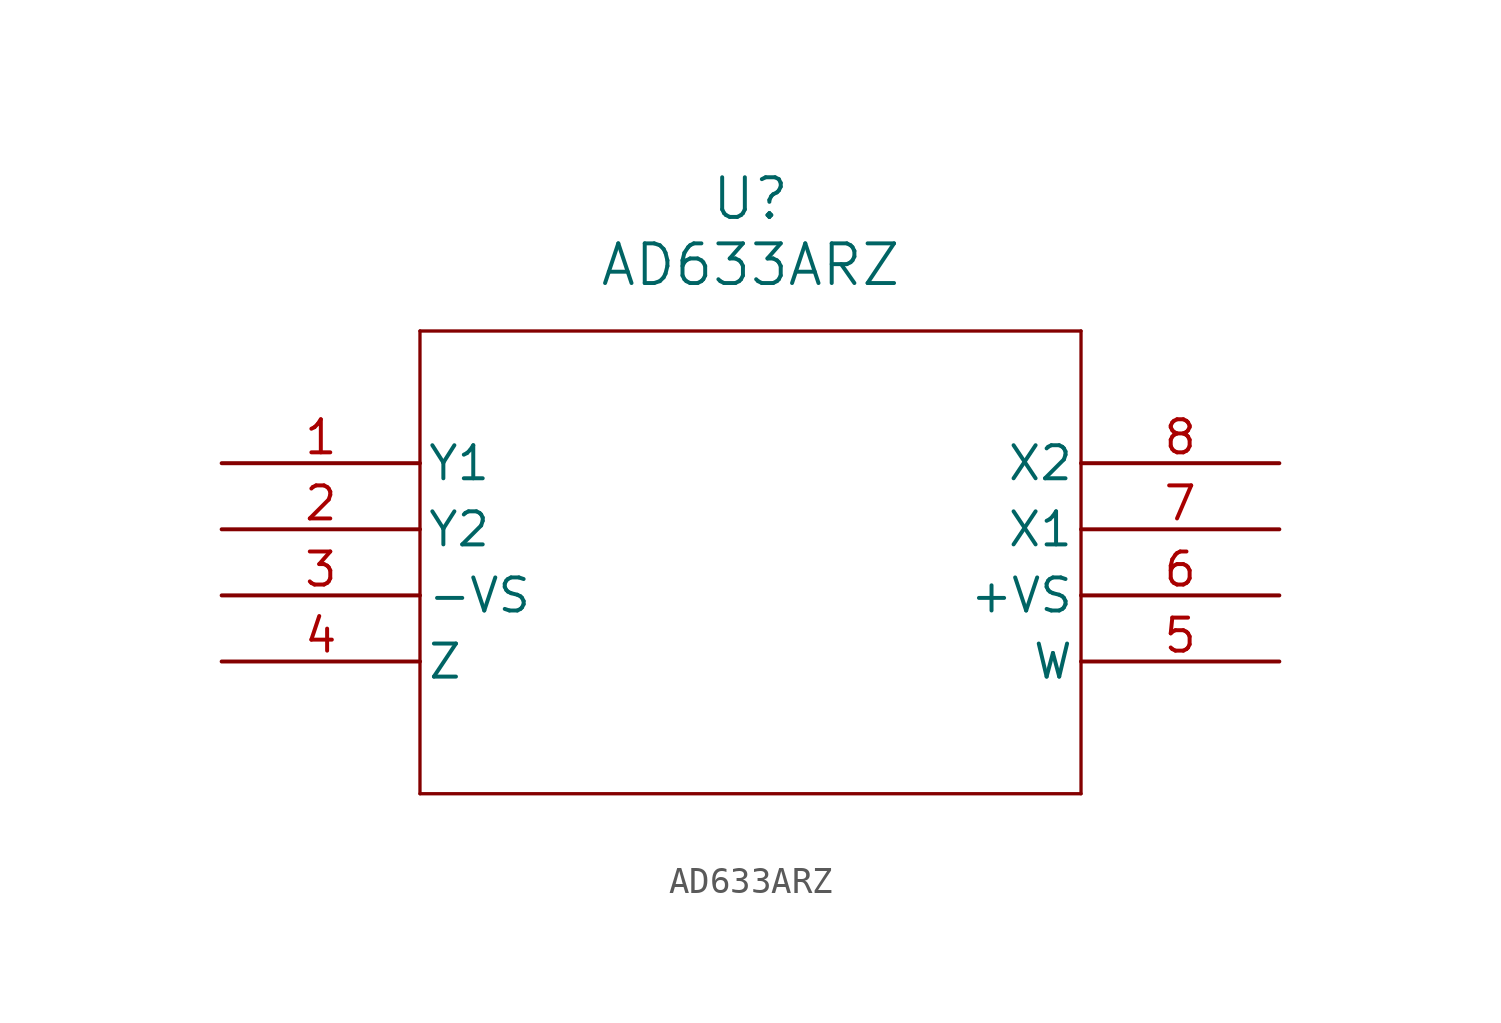
<source format=kicad_sym>
(kicad_symbol_lib
  (version 20220914)
  (generator kicad_symbol_editor)
  (symbol "AD633ARZ"
    (pin_names
      (offset 0.254))
    (property "Reference" "U"
      (at 20.32 10.16 0)
      (effects (font (size 1.524 1.524))))
    (property "Value" "AD633ARZ"
      (at 20.32 7.62 0)
      (effects (font (size 1.524 1.524))))
    (property "ki_locked" ""
      (at 0 0 0)
      (effects (font (size 1.27 1.27))))
    (symbol "AD633ARZ_0_1"
      (polyline (pts (xy 7.62 -12.7) (xy 33.02 -12.7)) (stroke (width 0.127) (type default)) (fill (type none)))
      (polyline (pts (xy 7.62 5.08) (xy 7.62 -12.7)) (stroke (width 0.127) (type default)) (fill (type none)))
      (polyline (pts (xy 33.02 -12.7) (xy 33.02 5.08)) (stroke (width 0.127) (type default)) (fill (type none)))
      (polyline (pts (xy 33.02 5.08) (xy 7.62 5.08)) (stroke (width 0.127) (type default)) (fill (type none)))
      (pin power_in line (at 0 -5.08 0) (length 7.62) (name "-VS" (effects (font (size 1.27 1.27)))) (number "3" (effects (font (size 1.27 1.27)))))
      (pin power_in line (at 40.64 -5.08 180) (length 7.62) (name "+VS" (effects (font (size 1.27 1.27)))) (number "6" (effects (font (size 1.27 1.27))))))
    (symbol "AD633ARZ_1_1"
      (pin input line (at 0 0 0) (length 7.62) (name "Y1" (effects (font (size 1.27 1.27)))) (number "1" (effects (font (size 1.27 1.27)))))
      (pin input line (at 0 -2.54 0) (length 7.62) (name "Y2" (effects (font (size 1.27 1.27)))) (number "2" (effects (font (size 1.27 1.27)))))
      (pin output line (at 0 -7.62 0) (length 7.62) (name "Z" (effects (font (size 1.27 1.27)))) (number "4" (effects (font (size 1.27 1.27)))))
      (pin output line (at 40.64 -7.62 180) (length 7.62) (name "W" (effects (font (size 1.27 1.27)))) (number "5" (effects (font (size 1.27 1.27)))))
      (pin input line (at 40.64 -2.54 180) (length 7.62) (name "X1" (effects (font (size 1.27 1.27)))) (number "7" (effects (font (size 1.27 1.27)))))
      (pin input line (at 40.64 0 180) (length 7.62) (name "X2" (effects (font (size 1.27 1.27)))) (number "8" (effects (font (size 1.27 1.27))))))))
</source>
